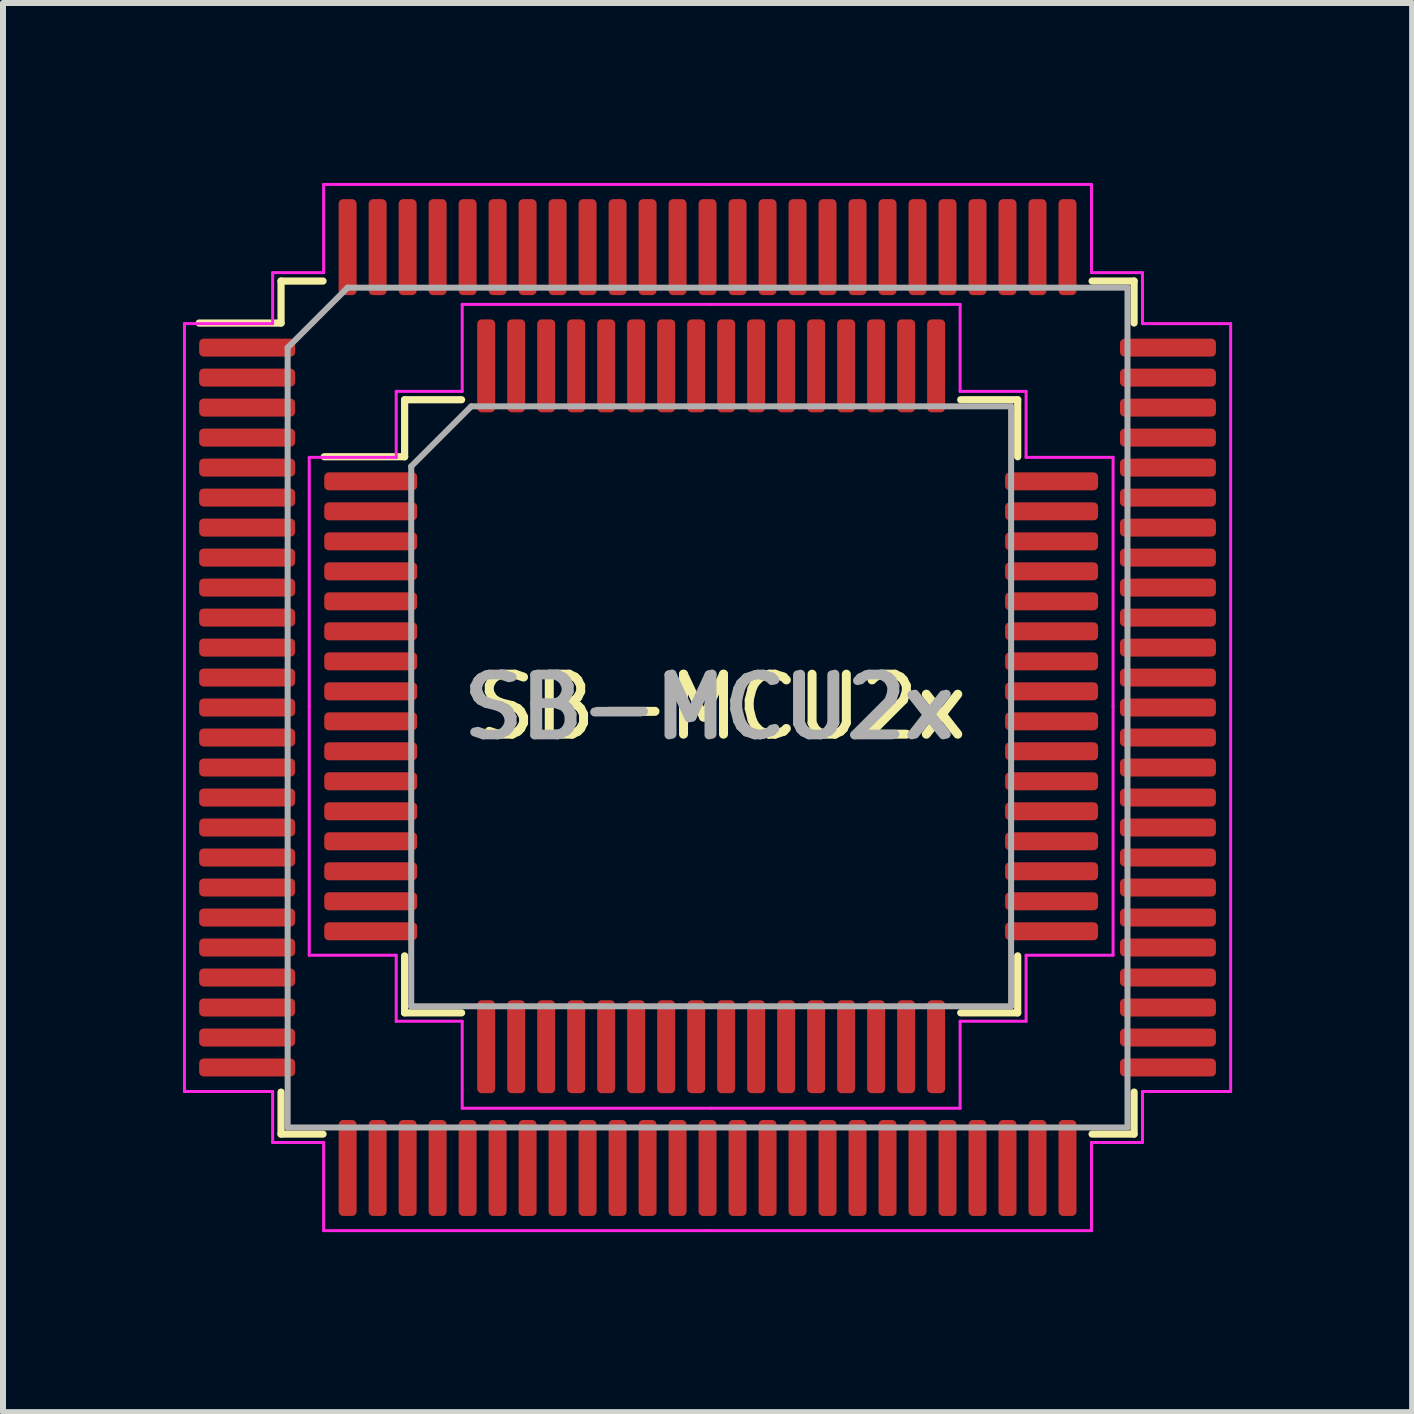
<source format=kicad_pcb>
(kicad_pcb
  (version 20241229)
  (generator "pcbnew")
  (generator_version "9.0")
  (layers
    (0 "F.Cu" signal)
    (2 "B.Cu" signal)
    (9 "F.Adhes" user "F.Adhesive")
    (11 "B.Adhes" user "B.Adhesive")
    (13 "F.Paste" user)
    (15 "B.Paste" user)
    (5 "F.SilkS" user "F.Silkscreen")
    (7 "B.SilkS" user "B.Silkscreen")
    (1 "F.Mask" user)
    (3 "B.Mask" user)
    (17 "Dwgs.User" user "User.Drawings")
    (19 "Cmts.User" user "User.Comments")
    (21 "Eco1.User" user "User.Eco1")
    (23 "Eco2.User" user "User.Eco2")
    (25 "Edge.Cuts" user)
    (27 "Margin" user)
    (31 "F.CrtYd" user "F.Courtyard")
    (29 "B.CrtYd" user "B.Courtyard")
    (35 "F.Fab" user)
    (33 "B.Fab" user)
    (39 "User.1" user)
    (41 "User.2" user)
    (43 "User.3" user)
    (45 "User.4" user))
  (footprint "SB-MCU2x"
    (layer "F.Cu")
    (at 8.795 8.734)
    (property "Reference" "SB-MCU2x" (at 0.192 0 0) (unlocked yes) (layer "F.SilkS") (effects (font (size 1 1) (thickness 0.15))))
    (attr smd)
    (fp_line (start -7.16 -7.099) (end -7.16 -6.399) (stroke (width 0.12) (type solid)) (layer "F.SilkS"))
    (fp_line (start -7.16 -6.399) (end -8.525 -6.399) (stroke (width 0.12) (type solid)) (layer "F.SilkS"))
    (fp_line (start -7.16 7.121) (end -7.16 6.421) (stroke (width 0.12) (type solid)) (layer "F.SilkS"))
    (fp_line (start -6.46 -7.099) (end -7.16 -7.099) (stroke (width 0.12) (type solid)) (layer "F.SilkS"))
    (fp_line (start -6.46 7.121) (end -7.16 7.121) (stroke (width 0.12) (type solid)) (layer "F.SilkS"))
    (fp_line (start -5.1 -5.12) (end -5.1 -4.17) (stroke (width 0.12) (type solid)) (layer "F.SilkS"))
    (fp_line (start -5.1 -4.17) (end -6.44 -4.17) (stroke (width 0.12) (type solid)) (layer "F.SilkS"))
    (fp_line (start -5.1 5.1) (end -5.1 4.15) (stroke (width 0.12) (type solid)) (layer "F.SilkS"))
    (fp_line (start -4.15 -5.12) (end -5.1 -5.12) (stroke (width 0.12) (type solid)) (layer "F.SilkS"))
    (fp_line (start -4.15 5.1) (end -5.1 5.1) (stroke (width 0.12) (type solid)) (layer "F.SilkS"))
    (fp_line (start 4.17 -5.12) (end 5.12 -5.12) (stroke (width 0.12) (type solid)) (layer "F.SilkS"))
    (fp_line (start 4.17 5.1) (end 5.12 5.1) (stroke (width 0.12) (type solid)) (layer "F.SilkS"))
    (fp_line (start 5.12 -5.12) (end 5.12 -4.17) (stroke (width 0.12) (type solid)) (layer "F.SilkS"))
    (fp_line (start 5.12 5.1) (end 5.12 4.15) (stroke (width 0.12) (type solid)) (layer "F.SilkS"))
    (fp_line (start 6.36 -7.099) (end 7.06 -7.099) (stroke (width 0.12) (type solid)) (layer "F.SilkS"))
    (fp_line (start 6.36 7.121) (end 7.06 7.121) (stroke (width 0.12) (type solid)) (layer "F.SilkS"))
    (fp_line (start 7.06 -7.099) (end 7.06 -6.399) (stroke (width 0.12) (type solid)) (layer "F.SilkS"))
    (fp_line (start 7.06 7.121) (end 7.06 6.421) (stroke (width 0.12) (type solid)) (layer "F.SilkS"))
    (fp_line (start -8.77 -6.389) (end -8.77 0.011) (stroke (width 0.05) (type solid)) (layer "F.CrtYd"))
    (fp_line (start -8.77 6.411) (end -8.77 0.011) (stroke (width 0.05) (type solid)) (layer "F.CrtYd"))
    (fp_line (start -7.3 -7.239) (end -7.3 -6.389) (stroke (width 0.05) (type solid)) (layer "F.CrtYd"))
    (fp_line (start -7.3 -6.389) (end -8.77 -6.389) (stroke (width 0.05) (type solid)) (layer "F.CrtYd"))
    (fp_line (start -7.3 6.411) (end -8.77 6.411) (stroke (width 0.05) (type solid)) (layer "F.CrtYd"))
    (fp_line (start -7.3 7.261) (end -7.3 6.411) (stroke (width 0.05) (type solid)) (layer "F.CrtYd"))
    (fp_line (start -6.69 -4.16) (end -6.69 -0.01) (stroke (width 0.05) (type solid)) (layer "F.CrtYd"))
    (fp_line (start -6.69 4.14) (end -6.69 -0.01) (stroke (width 0.05) (type solid)) (layer "F.CrtYd"))
    (fp_line (start -6.45 -8.709) (end -6.45 -7.239) (stroke (width 0.05) (type solid)) (layer "F.CrtYd"))
    (fp_line (start -6.45 -7.239) (end -7.3 -7.239) (stroke (width 0.05) (type solid)) (layer "F.CrtYd"))
    (fp_line (start -6.45 7.261) (end -7.3 7.261) (stroke (width 0.05) (type solid)) (layer "F.CrtYd"))
    (fp_line (start -6.45 8.731) (end -6.45 7.261) (stroke (width 0.05) (type solid)) (layer "F.CrtYd"))
    (fp_line (start -5.24 -5.26) (end -5.24 -4.16) (stroke (width 0.05) (type solid)) (layer "F.CrtYd"))
    (fp_line (start -5.24 -4.16) (end -6.69 -4.16) (stroke (width 0.05) (type solid)) (layer "F.CrtYd"))
    (fp_line (start -5.24 4.14) (end -6.69 4.14) (stroke (width 0.05) (type solid)) (layer "F.CrtYd"))
    (fp_line (start -5.24 5.24) (end -5.24 4.14) (stroke (width 0.05) (type solid)) (layer "F.CrtYd"))
    (fp_line (start -4.14 -6.71) (end -4.14 -5.26) (stroke (width 0.05) (type solid)) (layer "F.CrtYd"))
    (fp_line (start -4.14 -5.26) (end -5.24 -5.26) (stroke (width 0.05) (type solid)) (layer "F.CrtYd"))
    (fp_line (start -4.14 5.24) (end -5.24 5.24) (stroke (width 0.05) (type solid)) (layer "F.CrtYd"))
    (fp_line (start -4.14 6.69) (end -4.14 5.24) (stroke (width 0.05) (type solid)) (layer "F.CrtYd"))
    (fp_line (start -0.05 -8.709) (end -6.45 -8.709) (stroke (width 0.05) (type solid)) (layer "F.CrtYd"))
    (fp_line (start -0.05 -8.709) (end 6.35 -8.709) (stroke (width 0.05) (type solid)) (layer "F.CrtYd"))
    (fp_line (start -0.05 8.731) (end -6.45 8.731) (stroke (width 0.05) (type solid)) (layer "F.CrtYd"))
    (fp_line (start -0.05 8.731) (end 6.35 8.731) (stroke (width 0.05) (type solid)) (layer "F.CrtYd"))
    (fp_line (start 0.01 -6.71) (end -4.14 -6.71) (stroke (width 0.05) (type solid)) (layer "F.CrtYd"))
    (fp_line (start 0.01 -6.71) (end 4.16 -6.71) (stroke (width 0.05) (type solid)) (layer "F.CrtYd"))
    (fp_line (start 0.01 6.69) (end -4.14 6.69) (stroke (width 0.05) (type solid)) (layer "F.CrtYd"))
    (fp_line (start 0.01 6.69) (end 4.16 6.69) (stroke (width 0.05) (type solid)) (layer "F.CrtYd"))
    (fp_line (start 4.16 -6.71) (end 4.16 -5.26) (stroke (width 0.05) (type solid)) (layer "F.CrtYd"))
    (fp_line (start 4.16 -5.26) (end 5.26 -5.26) (stroke (width 0.05) (type solid)) (layer "F.CrtYd"))
    (fp_line (start 4.16 5.24) (end 5.26 5.24) (stroke (width 0.05) (type solid)) (layer "F.CrtYd"))
    (fp_line (start 4.16 6.69) (end 4.16 5.24) (stroke (width 0.05) (type solid)) (layer "F.CrtYd"))
    (fp_line (start 5.26 -5.26) (end 5.26 -4.16) (stroke (width 0.05) (type solid)) (layer "F.CrtYd"))
    (fp_line (start 5.26 -4.16) (end 6.71 -4.16) (stroke (width 0.05) (type solid)) (layer "F.CrtYd"))
    (fp_line (start 5.26 4.14) (end 6.71 4.14) (stroke (width 0.05) (type solid)) (layer "F.CrtYd"))
    (fp_line (start 5.26 5.24) (end 5.26 4.14) (stroke (width 0.05) (type solid)) (layer "F.CrtYd"))
    (fp_line (start 6.35 -8.709) (end 6.35 -7.239) (stroke (width 0.05) (type solid)) (layer "F.CrtYd"))
    (fp_line (start 6.35 -7.239) (end 7.2 -7.239) (stroke (width 0.05) (type solid)) (layer "F.CrtYd"))
    (fp_line (start 6.35 7.261) (end 7.2 7.261) (stroke (width 0.05) (type solid)) (layer "F.CrtYd"))
    (fp_line (start 6.35 8.731) (end 6.35 7.261) (stroke (width 0.05) (type solid)) (layer "F.CrtYd"))
    (fp_line (start 6.71 -4.16) (end 6.71 -0.01) (stroke (width 0.05) (type solid)) (layer "F.CrtYd"))
    (fp_line (start 6.71 4.14) (end 6.71 -0.01) (stroke (width 0.05) (type solid)) (layer "F.CrtYd"))
    (fp_line (start 7.2 -7.239) (end 7.2 -6.389) (stroke (width 0.05) (type solid)) (layer "F.CrtYd"))
    (fp_line (start 7.2 -6.389) (end 8.67 -6.389) (stroke (width 0.05) (type solid)) (layer "F.CrtYd"))
    (fp_line (start 7.2 6.411) (end 8.67 6.411) (stroke (width 0.05) (type solid)) (layer "F.CrtYd"))
    (fp_line (start 7.2 7.261) (end 7.2 6.411) (stroke (width 0.05) (type solid)) (layer "F.CrtYd"))
    (fp_line (start 8.67 -6.389) (end 8.67 0.011) (stroke (width 0.05) (type solid)) (layer "F.CrtYd"))
    (fp_line (start 8.67 6.411) (end 8.67 0.011) (stroke (width 0.05) (type solid)) (layer "F.CrtYd"))
    (fp_line (start -7.05 -5.989) (end -6.05 -6.989) (stroke (width 0.1) (type solid)) (layer "F.Fab"))
    (fp_line (start -7.05 7.011) (end -7.05 -5.989) (stroke (width 0.1) (type solid)) (layer "F.Fab"))
    (fp_line (start -6.05 -6.989) (end 6.95 -6.989) (stroke (width 0.1) (type solid)) (layer "F.Fab"))
    (fp_line (start -4.99 -4.01) (end -3.99 -5.01) (stroke (width 0.1) (type solid)) (layer "F.Fab"))
    (fp_line (start -4.99 4.99) (end -4.99 -4.01) (stroke (width 0.1) (type solid)) (layer "F.Fab"))
    (fp_line (start -3.99 -5.01) (end 5.01 -5.01) (stroke (width 0.1) (type solid)) (layer "F.Fab"))
    (fp_line (start 5.01 -5.01) (end 5.01 4.99) (stroke (width 0.1) (type solid)) (layer "F.Fab"))
    (fp_line (start 5.01 4.99) (end -4.99 4.99) (stroke (width 0.1) (type solid)) (layer "F.Fab"))
    (fp_line (start 6.95 -6.989) (end 6.95 7.011) (stroke (width 0.1) (type solid)) (layer "F.Fab"))
    (fp_line (start 6.95 7.011) (end -7.05 7.011) (stroke (width 0.1) (type solid)) (layer "F.Fab"))
    (fp_text user "${REFERENCE}" (at 0 0 0) (layer "F.Fab") (effects (font (size 1 1) (thickness 0.15))))
    (fp_text user "${REFERENCE}" (at -0.05 0.011 0) (layer "F.Fab") (effects (font (size 1 1) (thickness 0.15))))
    (pad "1" smd roundrect (at -7.725 -5.989) (size 1.6 0.3) (layers "F.Cu" "F.Mask" "F.Paste") (roundrect_rratio 0.25))
    (pad "1" smd roundrect (at -5.665 -3.76) (size 1.55 0.3) (layers "F.Cu" "F.Mask" "F.Paste") (roundrect_rratio 0.25))
    (pad "2" smd roundrect (at -7.725 -5.489) (size 1.6 0.3) (layers "F.Cu" "F.Mask" "F.Paste") (roundrect_rratio 0.25))
    (pad "2" smd roundrect (at -5.665 -3.26) (size 1.55 0.3) (layers "F.Cu" "F.Mask" "F.Paste") (roundrect_rratio 0.25))
    (pad "3" smd roundrect (at -7.725 -4.989) (size 1.6 0.3) (layers "F.Cu" "F.Mask" "F.Paste") (roundrect_rratio 0.25))
    (pad "3" smd roundrect (at -5.665 -2.76) (size 1.55 0.3) (layers "F.Cu" "F.Mask" "F.Paste") (roundrect_rratio 0.25))
    (pad "4" smd roundrect (at -7.725 -4.489) (size 1.6 0.3) (layers "F.Cu" "F.Mask" "F.Paste") (roundrect_rratio 0.25))
    (pad "4" smd roundrect (at -5.665 -2.26) (size 1.55 0.3) (layers "F.Cu" "F.Mask" "F.Paste") (roundrect_rratio 0.25))
    (pad "5" smd roundrect (at -7.725 -3.989) (size 1.6 0.3) (layers "F.Cu" "F.Mask" "F.Paste") (roundrect_rratio 0.25))
    (pad "5" smd roundrect (at -5.665 -1.76) (size 1.55 0.3) (layers "F.Cu" "F.Mask" "F.Paste") (roundrect_rratio 0.25))
    (pad "6" smd roundrect (at -7.725 -3.489) (size 1.6 0.3) (layers "F.Cu" "F.Mask" "F.Paste") (roundrect_rratio 0.25))
    (pad "6" smd roundrect (at -5.665 -1.26) (size 1.55 0.3) (layers "F.Cu" "F.Mask" "F.Paste") (roundrect_rratio 0.25))
    (pad "7" smd roundrect (at -7.725 -2.989) (size 1.6 0.3) (layers "F.Cu" "F.Mask" "F.Paste") (roundrect_rratio 0.25))
    (pad "7" smd roundrect (at -5.665 -0.76) (size 1.55 0.3) (layers "F.Cu" "F.Mask" "F.Paste") (roundrect_rratio 0.25))
    (pad "8" smd roundrect (at -7.725 -2.489) (size 1.6 0.3) (layers "F.Cu" "F.Mask" "F.Paste") (roundrect_rratio 0.25))
    (pad "8" smd roundrect (at -5.665 -0.26) (size 1.55 0.3) (layers "F.Cu" "F.Mask" "F.Paste") (roundrect_rratio 0.25))
    (pad "9" smd roundrect (at -7.725 -1.989) (size 1.6 0.3) (layers "F.Cu" "F.Mask" "F.Paste") (roundrect_rratio 0.25))
    (pad "9" smd roundrect (at -5.665 0.24) (size 1.55 0.3) (layers "F.Cu" "F.Mask" "F.Paste") (roundrect_rratio 0.25))
    (pad "10" smd roundrect (at -7.725 -1.489) (size 1.6 0.3) (layers "F.Cu" "F.Mask" "F.Paste") (roundrect_rratio 0.25))
    (pad "10" smd roundrect (at -5.665 0.74) (size 1.55 0.3) (layers "F.Cu" "F.Mask" "F.Paste") (roundrect_rratio 0.25))
    (pad "11" smd roundrect (at -7.725 -0.989) (size 1.6 0.3) (layers "F.Cu" "F.Mask" "F.Paste") (roundrect_rratio 0.25))
    (pad "11" smd roundrect (at -5.665 1.24) (size 1.55 0.3) (layers "F.Cu" "F.Mask" "F.Paste") (roundrect_rratio 0.25))
    (pad "12" smd roundrect (at -7.725 -0.489) (size 1.6 0.3) (layers "F.Cu" "F.Mask" "F.Paste") (roundrect_rratio 0.25))
    (pad "12" smd roundrect (at -5.665 1.74) (size 1.55 0.3) (layers "F.Cu" "F.Mask" "F.Paste") (roundrect_rratio 0.25))
    (pad "13" smd roundrect (at -7.725 0.011) (size 1.6 0.3) (layers "F.Cu" "F.Mask" "F.Paste") (roundrect_rratio 0.25))
    (pad "13" smd roundrect (at -5.665 2.24) (size 1.55 0.3) (layers "F.Cu" "F.Mask" "F.Paste") (roundrect_rratio 0.25))
    (pad "14" smd roundrect (at -7.725 0.511) (size 1.6 0.3) (layers "F.Cu" "F.Mask" "F.Paste") (roundrect_rratio 0.25))
    (pad "14" smd roundrect (at -5.665 2.74) (size 1.55 0.3) (layers "F.Cu" "F.Mask" "F.Paste") (roundrect_rratio 0.25))
    (pad "15" smd roundrect (at -7.725 1.011) (size 1.6 0.3) (layers "F.Cu" "F.Mask" "F.Paste") (roundrect_rratio 0.25))
    (pad "15" smd roundrect (at -5.665 3.24) (size 1.55 0.3) (layers "F.Cu" "F.Mask" "F.Paste") (roundrect_rratio 0.25))
    (pad "16" smd roundrect (at -7.725 1.511) (size 1.6 0.3) (layers "F.Cu" "F.Mask" "F.Paste") (roundrect_rratio 0.25))
    (pad "16" smd roundrect (at -5.665 3.74) (size 1.55 0.3) (layers "F.Cu" "F.Mask" "F.Paste") (roundrect_rratio 0.25))
    (pad "17" smd roundrect (at -7.725 2.011) (size 1.6 0.3) (layers "F.Cu" "F.Mask" "F.Paste") (roundrect_rratio 0.25))
    (pad "17" smd roundrect (at -3.74 5.665) (size 0.3 1.55) (layers "F.Cu" "F.Mask" "F.Paste") (roundrect_rratio 0.25))
    (pad "18" smd roundrect (at -7.725 2.511) (size 1.6 0.3) (layers "F.Cu" "F.Mask" "F.Paste") (roundrect_rratio 0.25))
    (pad "18" smd roundrect (at -3.24 5.665) (size 0.3 1.55) (layers "F.Cu" "F.Mask" "F.Paste") (roundrect_rratio 0.25))
    (pad "19" smd roundrect (at -7.725 3.011) (size 1.6 0.3) (layers "F.Cu" "F.Mask" "F.Paste") (roundrect_rratio 0.25))
    (pad "19" smd roundrect (at -2.74 5.665) (size 0.3 1.55) (layers "F.Cu" "F.Mask" "F.Paste") (roundrect_rratio 0.25))
    (pad "20" smd roundrect (at -7.725 3.511) (size 1.6 0.3) (layers "F.Cu" "F.Mask" "F.Paste") (roundrect_rratio 0.25))
    (pad "20" smd roundrect (at -2.24 5.665) (size 0.3 1.55) (layers "F.Cu" "F.Mask" "F.Paste") (roundrect_rratio 0.25))
    (pad "21" smd roundrect (at -7.725 4.011) (size 1.6 0.3) (layers "F.Cu" "F.Mask" "F.Paste") (roundrect_rratio 0.25))
    (pad "21" smd roundrect (at -1.74 5.665) (size 0.3 1.55) (layers "F.Cu" "F.Mask" "F.Paste") (roundrect_rratio 0.25))
    (pad "22" smd roundrect (at -7.725 4.511) (size 1.6 0.3) (layers "F.Cu" "F.Mask" "F.Paste") (roundrect_rratio 0.25))
    (pad "22" smd roundrect (at -1.24 5.665) (size 0.3 1.55) (layers "F.Cu" "F.Mask" "F.Paste") (roundrect_rratio 0.25))
    (pad "23" smd roundrect (at -7.725 5.011) (size 1.6 0.3) (layers "F.Cu" "F.Mask" "F.Paste") (roundrect_rratio 0.25))
    (pad "23" smd roundrect (at -0.74 5.665) (size 0.3 1.55) (layers "F.Cu" "F.Mask" "F.Paste") (roundrect_rratio 0.25))
    (pad "24" smd roundrect (at -7.725 5.511) (size 1.6 0.3) (layers "F.Cu" "F.Mask" "F.Paste") (roundrect_rratio 0.25))
    (pad "24" smd roundrect (at -0.24 5.665) (size 0.3 1.55) (layers "F.Cu" "F.Mask" "F.Paste") (roundrect_rratio 0.25))
    (pad "25" smd roundrect (at -7.725 6.011) (size 1.6 0.3) (layers "F.Cu" "F.Mask" "F.Paste") (roundrect_rratio 0.25))
    (pad "25" smd roundrect (at 0.26 5.665) (size 0.3 1.55) (layers "F.Cu" "F.Mask" "F.Paste") (roundrect_rratio 0.25))
    (pad "26" smd roundrect (at -6.05 7.686) (size 0.3 1.6) (layers "F.Cu" "F.Mask" "F.Paste") (roundrect_rratio 0.25))
    (pad "26" smd roundrect (at 0.76 5.665) (size 0.3 1.55) (layers "F.Cu" "F.Mask" "F.Paste") (roundrect_rratio 0.25))
    (pad "27" smd roundrect (at -5.55 7.686) (size 0.3 1.6) (layers "F.Cu" "F.Mask" "F.Paste") (roundrect_rratio 0.25))
    (pad "27" smd roundrect (at 1.26 5.665) (size 0.3 1.55) (layers "F.Cu" "F.Mask" "F.Paste") (roundrect_rratio 0.25))
    (pad "28" smd roundrect (at -5.05 7.686) (size 0.3 1.6) (layers "F.Cu" "F.Mask" "F.Paste") (roundrect_rratio 0.25))
    (pad "28" smd roundrect (at 1.76 5.665) (size 0.3 1.55) (layers "F.Cu" "F.Mask" "F.Paste") (roundrect_rratio 0.25))
    (pad "29" smd roundrect (at -4.55 7.686) (size 0.3 1.6) (layers "F.Cu" "F.Mask" "F.Paste") (roundrect_rratio 0.25))
    (pad "29" smd roundrect (at 2.26 5.665) (size 0.3 1.55) (layers "F.Cu" "F.Mask" "F.Paste") (roundrect_rratio 0.25))
    (pad "30" smd roundrect (at -4.05 7.686) (size 0.3 1.6) (layers "F.Cu" "F.Mask" "F.Paste") (roundrect_rratio 0.25))
    (pad "30" smd roundrect (at 2.76 5.665) (size 0.3 1.55) (layers "F.Cu" "F.Mask" "F.Paste") (roundrect_rratio 0.25))
    (pad "31" smd roundrect (at -3.55 7.686) (size 0.3 1.6) (layers "F.Cu" "F.Mask" "F.Paste") (roundrect_rratio 0.25))
    (pad "31" smd roundrect (at 3.26 5.665) (size 0.3 1.55) (layers "F.Cu" "F.Mask" "F.Paste") (roundrect_rratio 0.25))
    (pad "32" smd roundrect (at -3.05 7.686) (size 0.3 1.6) (layers "F.Cu" "F.Mask" "F.Paste") (roundrect_rratio 0.25))
    (pad "32" smd roundrect (at 3.76 5.665) (size 0.3 1.55) (layers "F.Cu" "F.Mask" "F.Paste") (roundrect_rratio 0.25))
    (pad "33" smd roundrect (at -2.55 7.686) (size 0.3 1.6) (layers "F.Cu" "F.Mask" "F.Paste") (roundrect_rratio 0.25))
    (pad "33" smd roundrect (at 5.685 3.74) (size 1.55 0.3) (layers "F.Cu" "F.Mask" "F.Paste") (roundrect_rratio 0.25))
    (pad "34" smd roundrect (at -2.05 7.686) (size 0.3 1.6) (layers "F.Cu" "F.Mask" "F.Paste") (roundrect_rratio 0.25))
    (pad "34" smd roundrect (at 5.685 3.24) (size 1.55 0.3) (layers "F.Cu" "F.Mask" "F.Paste") (roundrect_rratio 0.25))
    (pad "35" smd roundrect (at -1.55 7.686) (size 0.3 1.6) (layers "F.Cu" "F.Mask" "F.Paste") (roundrect_rratio 0.25))
    (pad "35" smd roundrect (at 5.685 2.74) (size 1.55 0.3) (layers "F.Cu" "F.Mask" "F.Paste") (roundrect_rratio 0.25))
    (pad "36" smd roundrect (at -1.05 7.686) (size 0.3 1.6) (layers "F.Cu" "F.Mask" "F.Paste") (roundrect_rratio 0.25))
    (pad "36" smd roundrect (at 5.685 2.24) (size 1.55 0.3) (layers "F.Cu" "F.Mask" "F.Paste") (roundrect_rratio 0.25))
    (pad "37" smd roundrect (at -0.55 7.686) (size 0.3 1.6) (layers "F.Cu" "F.Mask" "F.Paste") (roundrect_rratio 0.25))
    (pad "37" smd roundrect (at 5.685 1.74) (size 1.55 0.3) (layers "F.Cu" "F.Mask" "F.Paste") (roundrect_rratio 0.25))
    (pad "38" smd roundrect (at -0.05 7.686) (size 0.3 1.6) (layers "F.Cu" "F.Mask" "F.Paste") (roundrect_rratio 0.25))
    (pad "38" smd roundrect (at 5.685 1.24) (size 1.55 0.3) (layers "F.Cu" "F.Mask" "F.Paste") (roundrect_rratio 0.25))
    (pad "39" smd roundrect (at 0.45 7.686) (size 0.3 1.6) (layers "F.Cu" "F.Mask" "F.Paste") (roundrect_rratio 0.25))
    (pad "39" smd roundrect (at 5.685 0.74) (size 1.55 0.3) (layers "F.Cu" "F.Mask" "F.Paste") (roundrect_rratio 0.25))
    (pad "40" smd roundrect (at 0.95 7.686) (size 0.3 1.6) (layers "F.Cu" "F.Mask" "F.Paste") (roundrect_rratio 0.25))
    (pad "40" smd roundrect (at 5.685 0.24) (size 1.55 0.3) (layers "F.Cu" "F.Mask" "F.Paste") (roundrect_rratio 0.25))
    (pad "41" smd roundrect (at 1.45 7.686) (size 0.3 1.6) (layers "F.Cu" "F.Mask" "F.Paste") (roundrect_rratio 0.25))
    (pad "41" smd roundrect (at 5.685 -0.26) (size 1.55 0.3) (layers "F.Cu" "F.Mask" "F.Paste") (roundrect_rratio 0.25))
    (pad "42" smd roundrect (at 1.95 7.686) (size 0.3 1.6) (layers "F.Cu" "F.Mask" "F.Paste") (roundrect_rratio 0.25))
    (pad "42" smd roundrect (at 5.685 -0.76) (size 1.55 0.3) (layers "F.Cu" "F.Mask" "F.Paste") (roundrect_rratio 0.25))
    (pad "43" smd roundrect (at 2.45 7.686) (size 0.3 1.6) (layers "F.Cu" "F.Mask" "F.Paste") (roundrect_rratio 0.25))
    (pad "43" smd roundrect (at 5.685 -1.26) (size 1.55 0.3) (layers "F.Cu" "F.Mask" "F.Paste") (roundrect_rratio 0.25))
    (pad "44" smd roundrect (at 2.95 7.686) (size 0.3 1.6) (layers "F.Cu" "F.Mask" "F.Paste") (roundrect_rratio 0.25))
    (pad "44" smd roundrect (at 5.685 -1.76) (size 1.55 0.3) (layers "F.Cu" "F.Mask" "F.Paste") (roundrect_rratio 0.25))
    (pad "45" smd roundrect (at 3.45 7.686) (size 0.3 1.6) (layers "F.Cu" "F.Mask" "F.Paste") (roundrect_rratio 0.25))
    (pad "45" smd roundrect (at 5.685 -2.26) (size 1.55 0.3) (layers "F.Cu" "F.Mask" "F.Paste") (roundrect_rratio 0.25))
    (pad "46" smd roundrect (at 3.95 7.686) (size 0.3 1.6) (layers "F.Cu" "F.Mask" "F.Paste") (roundrect_rratio 0.25))
    (pad "46" smd roundrect (at 5.685 -2.76) (size 1.55 0.3) (layers "F.Cu" "F.Mask" "F.Paste") (roundrect_rratio 0.25))
    (pad "47" smd roundrect (at 4.45 7.686) (size 0.3 1.6) (layers "F.Cu" "F.Mask" "F.Paste") (roundrect_rratio 0.25))
    (pad "47" smd roundrect (at 5.685 -3.26) (size 1.55 0.3) (layers "F.Cu" "F.Mask" "F.Paste") (roundrect_rratio 0.25))
    (pad "48" smd roundrect (at 4.95 7.686) (size 0.3 1.6) (layers "F.Cu" "F.Mask" "F.Paste") (roundrect_rratio 0.25))
    (pad "48" smd roundrect (at 5.685 -3.76) (size 1.55 0.3) (layers "F.Cu" "F.Mask" "F.Paste") (roundrect_rratio 0.25))
    (pad "49" smd roundrect (at 3.76 -5.685) (size 0.3 1.55) (layers "F.Cu" "F.Mask" "F.Paste") (roundrect_rratio 0.25))
    (pad "49" smd roundrect (at 5.45 7.686) (size 0.3 1.6) (layers "F.Cu" "F.Mask" "F.Paste") (roundrect_rratio 0.25))
    (pad "50" smd roundrect (at 3.26 -5.685) (size 0.3 1.55) (layers "F.Cu" "F.Mask" "F.Paste") (roundrect_rratio 0.25))
    (pad "50" smd roundrect (at 5.95 7.686) (size 0.3 1.6) (layers "F.Cu" "F.Mask" "F.Paste") (roundrect_rratio 0.25))
    (pad "51" smd roundrect (at 2.76 -5.685) (size 0.3 1.55) (layers "F.Cu" "F.Mask" "F.Paste") (roundrect_rratio 0.25))
    (pad "51" smd roundrect (at 7.625 6.011) (size 1.6 0.3) (layers "F.Cu" "F.Mask" "F.Paste") (roundrect_rratio 0.25))
    (pad "52" smd roundrect (at 2.26 -5.685) (size 0.3 1.55) (layers "F.Cu" "F.Mask" "F.Paste") (roundrect_rratio 0.25))
    (pad "52" smd roundrect (at 7.625 5.511) (size 1.6 0.3) (layers "F.Cu" "F.Mask" "F.Paste") (roundrect_rratio 0.25))
    (pad "53" smd roundrect (at 1.76 -5.685) (size 0.3 1.55) (layers "F.Cu" "F.Mask" "F.Paste") (roundrect_rratio 0.25))
    (pad "53" smd roundrect (at 7.625 5.011) (size 1.6 0.3) (layers "F.Cu" "F.Mask" "F.Paste") (roundrect_rratio 0.25))
    (pad "54" smd roundrect (at 1.26 -5.685) (size 0.3 1.55) (layers "F.Cu" "F.Mask" "F.Paste") (roundrect_rratio 0.25))
    (pad "54" smd roundrect (at 7.625 4.511) (size 1.6 0.3) (layers "F.Cu" "F.Mask" "F.Paste") (roundrect_rratio 0.25))
    (pad "55" smd roundrect (at 0.76 -5.685) (size 0.3 1.55) (layers "F.Cu" "F.Mask" "F.Paste") (roundrect_rratio 0.25))
    (pad "55" smd roundrect (at 7.625 4.011) (size 1.6 0.3) (layers "F.Cu" "F.Mask" "F.Paste") (roundrect_rratio 0.25))
    (pad "56" smd roundrect (at 0.26 -5.685) (size 0.3 1.55) (layers "F.Cu" "F.Mask" "F.Paste") (roundrect_rratio 0.25))
    (pad "56" smd roundrect (at 7.625 3.511) (size 1.6 0.3) (layers "F.Cu" "F.Mask" "F.Paste") (roundrect_rratio 0.25))
    (pad "57" smd roundrect (at -0.24 -5.685) (size 0.3 1.55) (layers "F.Cu" "F.Mask" "F.Paste") (roundrect_rratio 0.25))
    (pad "57" smd roundrect (at 7.625 3.011) (size 1.6 0.3) (layers "F.Cu" "F.Mask" "F.Paste") (roundrect_rratio 0.25))
    (pad "58" smd roundrect (at -0.74 -5.685) (size 0.3 1.55) (layers "F.Cu" "F.Mask" "F.Paste") (roundrect_rratio 0.25))
    (pad "58" smd roundrect (at 7.625 2.511) (size 1.6 0.3) (layers "F.Cu" "F.Mask" "F.Paste") (roundrect_rratio 0.25))
    (pad "59" smd roundrect (at -1.24 -5.685) (size 0.3 1.55) (layers "F.Cu" "F.Mask" "F.Paste") (roundrect_rratio 0.25))
    (pad "59" smd roundrect (at 7.625 2.011) (size 1.6 0.3) (layers "F.Cu" "F.Mask" "F.Paste") (roundrect_rratio 0.25))
    (pad "60" smd roundrect (at -1.74 -5.685) (size 0.3 1.55) (layers "F.Cu" "F.Mask" "F.Paste") (roundrect_rratio 0.25))
    (pad "60" smd roundrect (at 7.625 1.511) (size 1.6 0.3) (layers "F.Cu" "F.Mask" "F.Paste") (roundrect_rratio 0.25))
    (pad "61" smd roundrect (at -2.24 -5.685) (size 0.3 1.55) (layers "F.Cu" "F.Mask" "F.Paste") (roundrect_rratio 0.25))
    (pad "61" smd roundrect (at 7.625 1.011) (size 1.6 0.3) (layers "F.Cu" "F.Mask" "F.Paste") (roundrect_rratio 0.25))
    (pad "62" smd roundrect (at -2.74 -5.685) (size 0.3 1.55) (layers "F.Cu" "F.Mask" "F.Paste") (roundrect_rratio 0.25))
    (pad "62" smd roundrect (at 7.625 0.511) (size 1.6 0.3) (layers "F.Cu" "F.Mask" "F.Paste") (roundrect_rratio 0.25))
    (pad "63" smd roundrect (at -3.24 -5.685) (size 0.3 1.55) (layers "F.Cu" "F.Mask" "F.Paste") (roundrect_rratio 0.25))
    (pad "63" smd roundrect (at 7.625 0.011) (size 1.6 0.3) (layers "F.Cu" "F.Mask" "F.Paste") (roundrect_rratio 0.25))
    (pad "64" smd roundrect (at -3.74 -5.685) (size 0.3 1.55) (layers "F.Cu" "F.Mask" "F.Paste") (roundrect_rratio 0.25))
    (pad "64" smd roundrect (at 7.625 -0.489) (size 1.6 0.3) (layers "F.Cu" "F.Mask" "F.Paste") (roundrect_rratio 0.25))
    (pad "65" smd roundrect (at 7.625 -0.989) (size 1.6 0.3) (layers "F.Cu" "F.Mask" "F.Paste") (roundrect_rratio 0.25))
    (pad "66" smd roundrect (at 7.625 -1.489) (size 1.6 0.3) (layers "F.Cu" "F.Mask" "F.Paste") (roundrect_rratio 0.25))
    (pad "67" smd roundrect (at 7.625 -1.989) (size 1.6 0.3) (layers "F.Cu" "F.Mask" "F.Paste") (roundrect_rratio 0.25))
    (pad "68" smd roundrect (at 7.625 -2.489) (size 1.6 0.3) (layers "F.Cu" "F.Mask" "F.Paste") (roundrect_rratio 0.25))
    (pad "69" smd roundrect (at 7.625 -2.989) (size 1.6 0.3) (layers "F.Cu" "F.Mask" "F.Paste") (roundrect_rratio 0.25))
    (pad "70" smd roundrect (at 7.625 -3.489) (size 1.6 0.3) (layers "F.Cu" "F.Mask" "F.Paste") (roundrect_rratio 0.25))
    (pad "71" smd roundrect (at 7.625 -3.989) (size 1.6 0.3) (layers "F.Cu" "F.Mask" "F.Paste") (roundrect_rratio 0.25))
    (pad "72" smd roundrect (at 7.625 -4.489) (size 1.6 0.3) (layers "F.Cu" "F.Mask" "F.Paste") (roundrect_rratio 0.25))
    (pad "73" smd roundrect (at 7.625 -4.989) (size 1.6 0.3) (layers "F.Cu" "F.Mask" "F.Paste") (roundrect_rratio 0.25))
    (pad "74" smd roundrect (at 7.625 -5.489) (size 1.6 0.3) (layers "F.Cu" "F.Mask" "F.Paste") (roundrect_rratio 0.25))
    (pad "75" smd roundrect (at 7.625 -5.989) (size 1.6 0.3) (layers "F.Cu" "F.Mask" "F.Paste") (roundrect_rratio 0.25))
    (pad "76" smd roundrect (at 5.95 -7.664) (size 0.3 1.6) (layers "F.Cu" "F.Mask" "F.Paste") (roundrect_rratio 0.25))
    (pad "77" smd roundrect (at 5.45 -7.664) (size 0.3 1.6) (layers "F.Cu" "F.Mask" "F.Paste") (roundrect_rratio 0.25))
    (pad "78" smd roundrect (at 4.95 -7.664) (size 0.3 1.6) (layers "F.Cu" "F.Mask" "F.Paste") (roundrect_rratio 0.25))
    (pad "79" smd roundrect (at 4.45 -7.664) (size 0.3 1.6) (layers "F.Cu" "F.Mask" "F.Paste") (roundrect_rratio 0.25))
    (pad "80" smd roundrect (at 3.95 -7.664) (size 0.3 1.6) (layers "F.Cu" "F.Mask" "F.Paste") (roundrect_rratio 0.25))
    (pad "81" smd roundrect (at 3.45 -7.664) (size 0.3 1.6) (layers "F.Cu" "F.Mask" "F.Paste") (roundrect_rratio 0.25))
    (pad "82" smd roundrect (at 2.95 -7.664) (size 0.3 1.6) (layers "F.Cu" "F.Mask" "F.Paste") (roundrect_rratio 0.25))
    (pad "83" smd roundrect (at 2.45 -7.664) (size 0.3 1.6) (layers "F.Cu" "F.Mask" "F.Paste") (roundrect_rratio 0.25))
    (pad "84" smd roundrect (at 1.95 -7.664) (size 0.3 1.6) (layers "F.Cu" "F.Mask" "F.Paste") (roundrect_rratio 0.25))
    (pad "85" smd roundrect (at 1.45 -7.664) (size 0.3 1.6) (layers "F.Cu" "F.Mask" "F.Paste") (roundrect_rratio 0.25))
    (pad "86" smd roundrect (at 0.95 -7.664) (size 0.3 1.6) (layers "F.Cu" "F.Mask" "F.Paste") (roundrect_rratio 0.25))
    (pad "87" smd roundrect (at 0.45 -7.664) (size 0.3 1.6) (layers "F.Cu" "F.Mask" "F.Paste") (roundrect_rratio 0.25))
    (pad "88" smd roundrect (at -0.05 -7.664) (size 0.3 1.6) (layers "F.Cu" "F.Mask" "F.Paste") (roundrect_rratio 0.25))
    (pad "89" smd roundrect (at -0.55 -7.664) (size 0.3 1.6) (layers "F.Cu" "F.Mask" "F.Paste") (roundrect_rratio 0.25))
    (pad "90" smd roundrect (at -1.05 -7.664) (size 0.3 1.6) (layers "F.Cu" "F.Mask" "F.Paste") (roundrect_rratio 0.25))
    (pad "91" smd roundrect (at -1.55 -7.664) (size 0.3 1.6) (layers "F.Cu" "F.Mask" "F.Paste") (roundrect_rratio 0.25))
    (pad "92" smd roundrect (at -2.05 -7.664) (size 0.3 1.6) (layers "F.Cu" "F.Mask" "F.Paste") (roundrect_rratio 0.25))
    (pad "93" smd roundrect (at -2.55 -7.664) (size 0.3 1.6) (layers "F.Cu" "F.Mask" "F.Paste") (roundrect_rratio 0.25))
    (pad "94" smd roundrect (at -3.05 -7.664) (size 0.3 1.6) (layers "F.Cu" "F.Mask" "F.Paste") (roundrect_rratio 0.25))
    (pad "95" smd roundrect (at -3.55 -7.664) (size 0.3 1.6) (layers "F.Cu" "F.Mask" "F.Paste") (roundrect_rratio 0.25))
    (pad "96" smd roundrect (at -4.05 -7.664) (size 0.3 1.6) (layers "F.Cu" "F.Mask" "F.Paste") (roundrect_rratio 0.25))
    (pad "97" smd roundrect (at -4.55 -7.664) (size 0.3 1.6) (layers "F.Cu" "F.Mask" "F.Paste") (roundrect_rratio 0.25))
    (pad "98" smd roundrect (at -5.05 -7.664) (size 0.3 1.6) (layers "F.Cu" "F.Mask" "F.Paste") (roundrect_rratio 0.25))
    (pad "99" smd roundrect (at -5.55 -7.664) (size 0.3 1.6) (layers "F.Cu" "F.Mask" "F.Paste") (roundrect_rratio 0.25))
    (pad "100" smd roundrect (at -6.05 -7.664) (size 0.3 1.6) (layers "F.Cu" "F.Mask" "F.Paste") (roundrect_rratio 0.25)))
  (gr_rect
    (start -3 -3)
    (end 20.49 20.49)
    (stroke (width 0.1) (type default))
    (fill no)
    (layer "Edge.Cuts")))
</source>
